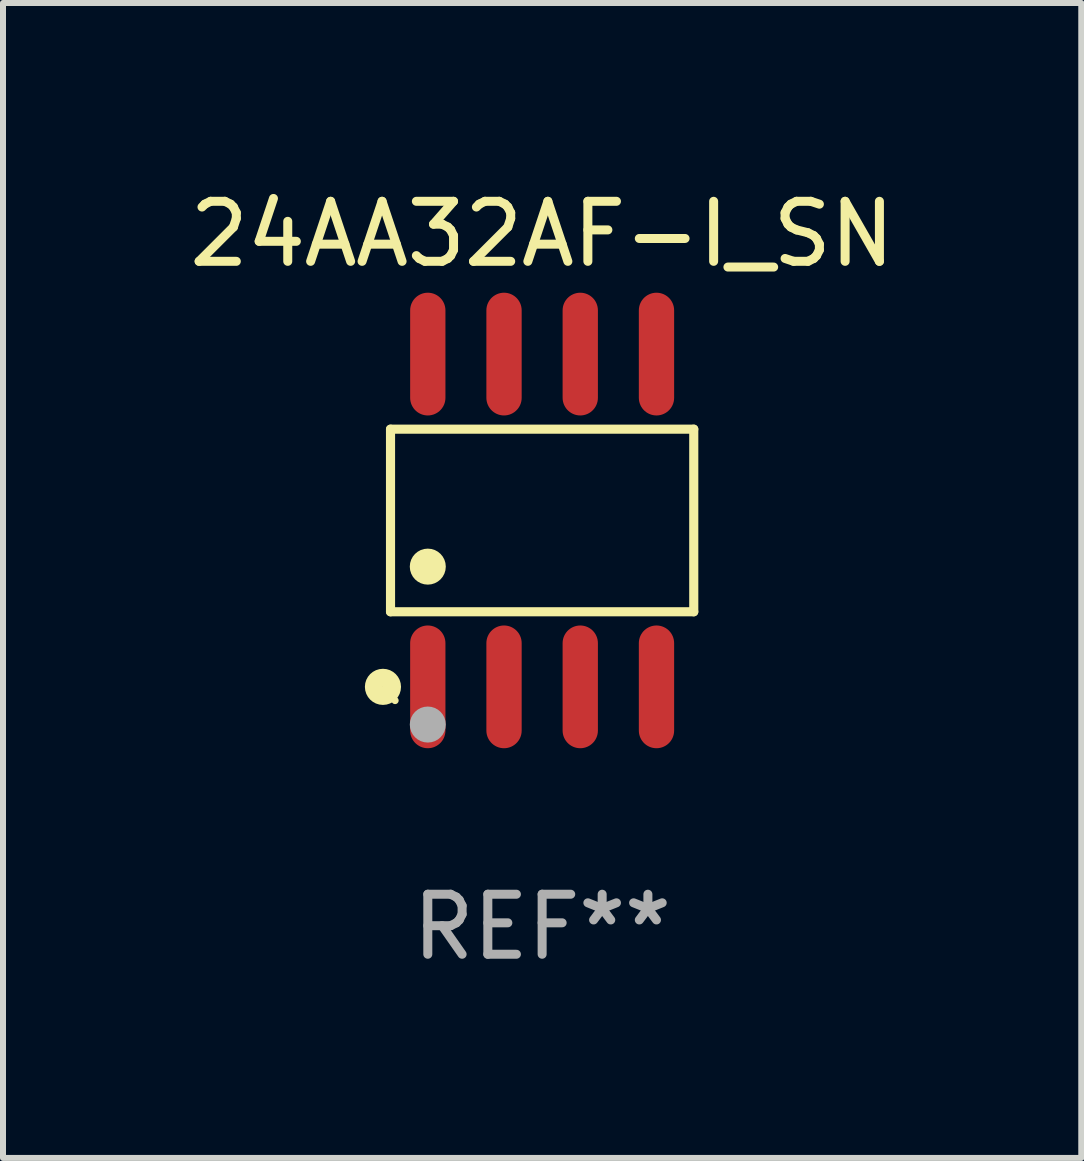
<source format=kicad_pcb>
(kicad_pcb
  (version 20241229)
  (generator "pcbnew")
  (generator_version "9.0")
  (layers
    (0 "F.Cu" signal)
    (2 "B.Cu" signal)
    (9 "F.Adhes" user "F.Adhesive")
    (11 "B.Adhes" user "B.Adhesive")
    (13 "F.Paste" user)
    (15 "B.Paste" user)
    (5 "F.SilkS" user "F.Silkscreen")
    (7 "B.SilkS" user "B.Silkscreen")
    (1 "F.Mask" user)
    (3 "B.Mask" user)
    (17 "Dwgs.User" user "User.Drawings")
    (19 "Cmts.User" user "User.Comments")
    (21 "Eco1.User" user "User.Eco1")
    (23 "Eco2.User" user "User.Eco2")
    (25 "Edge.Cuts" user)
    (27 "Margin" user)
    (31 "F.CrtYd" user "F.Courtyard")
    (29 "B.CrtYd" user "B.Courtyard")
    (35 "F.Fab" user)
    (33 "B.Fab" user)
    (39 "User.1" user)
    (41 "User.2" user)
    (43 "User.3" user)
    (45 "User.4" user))
  (footprint "24AA32AF-I_SN"
    (layer "F.Cu")
    (at 5.982 5.621)
    (property "Reference" "24AA32AF-I_SN" (at 0 -4.772 0) (layer "F.SilkS") (effects (font (size 1 1) (thickness 0.15))))
    (attr through_hole)
    (fp_line (start -2.526 -1.521) (end 2.526 -1.521) (stroke (width 0.152) (type solid)) (layer "F.SilkS"))
    (fp_line (start -2.526 1.521) (end -2.526 -1.521) (stroke (width 0.152) (type solid)) (layer "F.SilkS"))
    (fp_line (start 2.526 -1.521) (end 2.526 1.521) (stroke (width 0.152) (type solid)) (layer "F.SilkS"))
    (fp_line (start 2.526 1.521) (end -2.526 1.521) (stroke (width 0.152) (type solid)) (layer "F.SilkS"))
    (fp_circle (center -2.652 2.772) (end -2.501 2.772) (stroke (width 0.3) (type solid)) (fill no) (layer "F.SilkS"))
    (fp_circle (center -2.45 3) (end -2.42 3) (stroke (width 0.06) (type solid)) (fill no) (layer "F.SilkS"))
    (fp_circle (center -1.905 0.769) (end -1.755 0.769) (stroke (width 0.3) (type solid)) (fill no) (layer "F.SilkS"))
    (fp_circle (center -1.905 3.4) (end -1.755 3.4) (stroke (width 0.3) (type solid)) (fill no) (layer "F.Fab"))
    (fp_text user "REF**" (at 0 6.772 0) (layer "F.Fab") (effects (font (size 1 1) (thickness 0.15))))
    (pad "1" smd oval (at -1.905 2.772) (size 0.588 2.045) (layers "F.Cu" "F.Mask" "F.Paste"))
    (pad "2" smd oval (at -0.635 2.772) (size 0.588 2.045) (layers "F.Cu" "F.Mask" "F.Paste"))
    (pad "3" smd oval (at 0.635 2.772) (size 0.588 2.045) (layers "F.Cu" "F.Mask" "F.Paste"))
    (pad "4" smd oval (at 1.905 2.772) (size 0.588 2.045) (layers "F.Cu" "F.Mask" "F.Paste"))
    (pad "5" smd oval (at 1.905 -2.772) (size 0.588 2.045) (layers "F.Cu" "F.Mask" "F.Paste"))
    (pad "6" smd oval (at 0.635 -2.772) (size 0.588 2.045) (layers "F.Cu" "F.Mask" "F.Paste"))
    (pad "7" smd oval (at -0.635 -2.772) (size 0.588 2.045) (layers "F.Cu" "F.Mask" "F.Paste"))
    (pad "8" smd oval (at -1.905 -2.772) (size 0.588 2.045) (layers "F.Cu" "F.Mask" "F.Paste")))
  (gr_rect
    (start -3 -3)
    (end 14.964 16.241)
    (stroke (width 0.1) (type default))
    (fill no)
    (layer "Edge.Cuts")))
</source>
